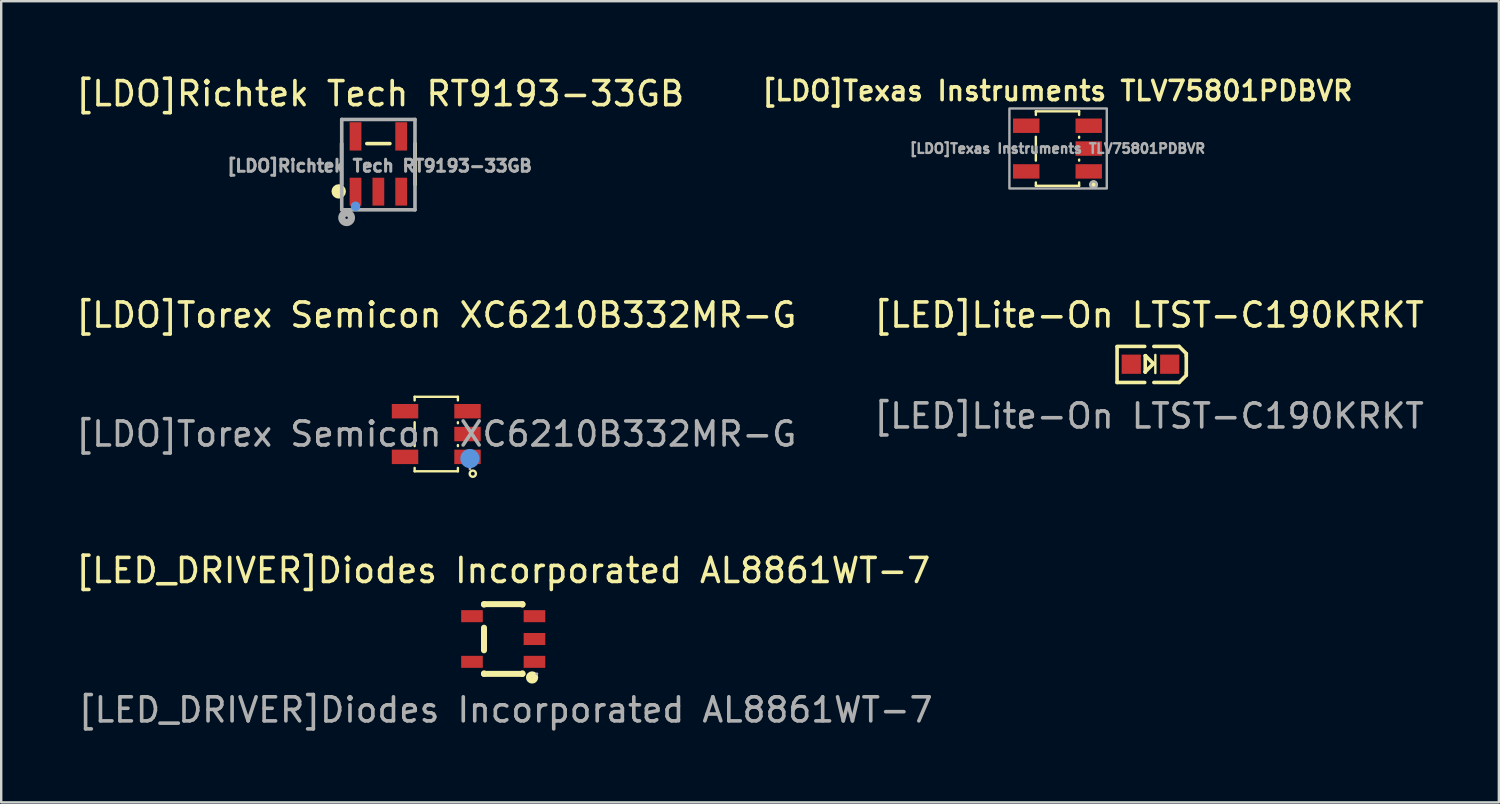
<source format=kicad_pcb>
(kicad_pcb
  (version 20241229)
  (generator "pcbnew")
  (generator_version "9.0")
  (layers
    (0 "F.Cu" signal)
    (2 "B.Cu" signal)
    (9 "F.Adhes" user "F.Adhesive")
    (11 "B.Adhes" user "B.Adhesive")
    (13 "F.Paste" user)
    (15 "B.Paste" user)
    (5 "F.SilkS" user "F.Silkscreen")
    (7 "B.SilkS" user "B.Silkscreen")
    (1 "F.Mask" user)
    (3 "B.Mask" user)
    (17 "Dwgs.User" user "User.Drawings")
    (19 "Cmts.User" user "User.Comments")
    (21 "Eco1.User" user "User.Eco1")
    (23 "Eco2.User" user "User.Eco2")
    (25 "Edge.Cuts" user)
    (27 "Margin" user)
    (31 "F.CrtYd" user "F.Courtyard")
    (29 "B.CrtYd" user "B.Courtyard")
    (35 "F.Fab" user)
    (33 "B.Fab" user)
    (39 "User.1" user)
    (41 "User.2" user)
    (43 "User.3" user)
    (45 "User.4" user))
  (footprint "[LDO]Torex Semicon XC6210B332MR-G"
    (layer "F.Cu")
    (at 15.101 15.008)
    (property "Reference" "[LDO]Torex Semicon XC6210B332MR-G" (at 0 -4.95 0) (layer "F.SilkS") (effects (font (size 1 1) (thickness 0.15))))
    (attr smd)
    (fp_line (start -0.9 -1.55) (end -0.9 -1.4) (stroke (width 0.1) (type solid)) (layer "F.SilkS"))
    (fp_line (start -0.9 -1.55) (end 0.9 -1.55) (stroke (width 0.1) (type solid)) (layer "F.SilkS"))
    (fp_line (start -0.9 -0.49) (end -0.9 0.5) (stroke (width 0.1) (type solid)) (layer "F.SilkS"))
    (fp_line (start -0.9 1.41) (end -0.9 1.55) (stroke (width 0.1) (type solid)) (layer "F.SilkS"))
    (fp_line (start -0.9 1.55) (end 0.9 1.55) (stroke (width 0.1) (type solid)) (layer "F.SilkS"))
    (fp_line (start 0.9 -1.55) (end 0.9 -1.4) (stroke (width 0.1) (type solid)) (layer "F.SilkS"))
    (fp_line (start 0.9 -0.49) (end 0.9 -0.45) (stroke (width 0.1) (type solid)) (layer "F.SilkS"))
    (fp_line (start 0.9 0.46) (end 0.9 0.5) (stroke (width 0.1) (type solid)) (layer "F.SilkS"))
    (fp_line (start 0.9 1.41) (end 0.9 1.55) (stroke (width 0.1) (type solid)) (layer "F.SilkS"))
    (fp_circle (center 1.52 1.65) (end 1.65 1.65) (stroke (width 0.1) (type solid)) (fill no) (layer "F.SilkS"))
    (fp_circle (center 1.4 1.02) (end 1.6 1.02) (stroke (width 0.4) (type solid)) (fill no) (layer "Cmts.User"))
    (fp_circle (center 1.4 1.45) (end 1.43 1.45) (stroke (width 0.06) (type solid)) (fill no) (layer "F.Fab"))
    (fp_text user "${REFERENCE}" (at 0 0 0) (layer "F.Fab") (effects (font (size 1 1) (thickness 0.15))))
    (pad "1" smd rect (at 1.3 0.95) (size 1.1 0.6) (layers "F.Cu" "F.Mask" "F.Paste"))
    (pad "2" smd rect (at 1.3 0) (size 1.1 0.6) (layers "F.Cu" "F.Mask" "F.Paste"))
    (pad "3" smd rect (at 1.3 -0.95) (size 1.1 0.6) (layers "F.Cu" "F.Mask" "F.Paste"))
    (pad "4" smd rect (at -1.3 -0.95) (size 1.1 0.6) (layers "F.Cu" "F.Mask" "F.Paste"))
    (pad "5" smd rect (at -1.3 0.95) (size 1.1 0.6) (layers "F.Cu" "F.Mask" "F.Paste")))
  (footprint "[LDO]Richtek Tech RT9193-33GB"
    (layer "F.Cu")
    (at 12.692 3.774)
    (property "Reference" "[LDO]Richtek Tech RT9193-33GB" (at 0.076 -2.926 0) (layer "F.SilkS") (effects (font (size 1 1) (thickness 0.15))))
    (attr smd)
    (fp_line (start -1.53 0.85) (end -1.53 -0.85) (stroke (width 0.15) (type solid)) (layer "F.SilkS"))
    (fp_line (start 0.48 -0.85) (end -0.48 -0.85) (stroke (width 0.15) (type solid)) (layer "F.SilkS"))
    (fp_line (start 1.53 0.85) (end 1.53 -0.85) (stroke (width 0.15) (type solid)) (layer "F.SilkS"))
    (fp_circle (center -1.65 1.14) (end -1.5 1.14) (stroke (width 0.3) (type solid)) (fill no) (layer "F.SilkS"))
    (fp_circle (center -0.95 1.76) (end -0.85 1.76) (stroke (width 0.2) (type solid)) (fill no) (layer "Cmts.User"))
    (fp_line (start -1.524 1.905) (end -1.524 -1.854) (stroke (width 0.15) (type solid)) (layer "F.Fab"))
    (fp_line (start 1.524 -1.854) (end -1.524 -1.854) (stroke (width 0.15) (type solid)) (layer "F.Fab"))
    (fp_line (start 1.524 1.905) (end -1.524 1.905) (stroke (width 0.15) (type solid)) (layer "F.Fab"))
    (fp_line (start 1.524 1.905) (end 1.524 -1.854) (stroke (width 0.15) (type solid)) (layer "F.Fab"))
    (fp_circle (center -1.321 2.235) (end -1.321 2.185) (stroke (width 0.3) (type solid)) (fill no) (layer "F.Fab"))
    (fp_text user "${REFERENCE}" (at 0.051 0.076 180) (layer "F.Fab") (effects (font (size 0.5 0.5) (thickness 0.125))))
    (pad "1" smd rect (at -0.95 1.15) (size 0.49 1.16) (layers "F.Cu" "F.Mask" "F.Paste"))
    (pad "2" smd rect (at 0 1.15) (size 0.49 1.16) (layers "F.Cu" "F.Mask" "F.Paste"))
    (pad "3" smd rect (at 0.95 1.15) (size 0.49 1.16) (layers "F.Cu" "F.Mask" "F.Paste"))
    (pad "4" smd rect (at 0.95 -1.15) (size 0.49 1.18) (layers "F.Cu" "F.Mask" "F.Paste"))
    (pad "5" smd rect (at -0.95 -1.15) (size 0.49 1.18) (layers "F.Cu" "F.Mask" "F.Paste")))
  (footprint "[LED]Lite-On LTST-C190KRKT"
    (layer "F.Cu")
    (at 44.756 12.057)
    (property "Reference" "[LED]Lite-On LTST-C190KRKT" (at 0 -2 0) (layer "F.SilkS") (effects (font (size 1 1) (thickness 0.15))))
    (attr smd)
    (fp_line (start -1.33 0.806) (end -1.33 -0.674) (stroke (width 0.15) (type solid)) (layer "F.SilkS"))
    (fp_line (start -0.18 -0.694) (end -1.33 -0.694) (stroke (width 0.15) (type solid)) (layer "F.SilkS"))
    (fp_line (start -0.18 0.806) (end -1.33 0.806) (stroke (width 0.15) (type solid)) (layer "F.SilkS"))
    (fp_line (start -0.158 -0.307) (end -0.148 -0.307) (stroke (width 0.15) (type solid)) (layer "F.SilkS"))
    (fp_line (start -0.158 0.363) (end 0.182 0.023) (stroke (width 0.15) (type solid)) (layer "F.SilkS"))
    (fp_line (start -0.158 0.373) (end -0.158 -0.307) (stroke (width 0.15) (type solid)) (layer "F.SilkS"))
    (fp_line (start -0.158 0.373) (end -0.158 0.363) (stroke (width 0.15) (type solid)) (layer "F.SilkS"))
    (fp_line (start -0.148 -0.307) (end 0.182 0.023) (stroke (width 0.15) (type solid)) (layer "F.SilkS"))
    (fp_line (start 0.2 -0.694) (end 1.25 -0.694) (stroke (width 0.15) (type solid)) (layer "F.SilkS"))
    (fp_line (start 0.2 0.806) (end 1.25 0.806) (stroke (width 0.15) (type solid)) (layer "F.SilkS"))
    (fp_line (start 0.262 0.413) (end 0.262 -0.34) (stroke (width 0.1) (type default)) (layer "F.SilkS"))
    (fp_line (start 1.55 -0.394) (end 1.25 -0.694) (stroke (width 0.15) (type solid)) (layer "F.SilkS"))
    (fp_line (start 1.55 -0.294) (end 1.55 -0.394) (stroke (width 0.15) (type solid)) (layer "F.SilkS"))
    (fp_line (start 1.55 0.406) (end 1.55 -0.294) (stroke (width 0.15) (type solid)) (layer "F.SilkS"))
    (fp_line (start 1.55 0.406) (end 1.55 0.506) (stroke (width 0.15) (type solid)) (layer "F.SilkS"))
    (fp_line (start 1.55 0.506) (end 1.25 0.806) (stroke (width 0.15) (type solid)) (layer "F.SilkS"))
    (fp_text user "${REFERENCE}" (at 0 2.2 0) (layer "F.Fab") (effects (font (size 1 1) (thickness 0.15))))
    (pad "1" smd rect (at -0.74 0.046 270) (size 0.8 0.8) (layers "F.Cu" "F.Mask" "F.Paste"))
    (pad "2" smd rect (at 0.86 0.046 270) (size 0.8 0.8) (layers "F.Cu" "F.Mask" "F.Paste")))
  (footprint "[LED_DRIVER]Diodes Incorporated AL8861WT-7"
    (layer "F.Cu")
    (at 17.887 23.536)
    (property "Reference" "[LED_DRIVER]Diodes Incorporated AL8861WT-7" (at 0 -2.85 0) (layer "F.SilkS") (effects (font (size 1 1) (thickness 0.15))))
    (attr smd)
    (fp_line (start -0.8 -1.45) (end -0.8 -1.43) (stroke (width 0.25) (type solid)) (layer "F.SilkS"))
    (fp_line (start -0.8 -0.47) (end -0.8 0.47) (stroke (width 0.25) (type solid)) (layer "F.SilkS"))
    (fp_line (start -0.8 1.43) (end -0.8 1.45) (stroke (width 0.25) (type solid)) (layer "F.SilkS"))
    (fp_line (start 0.8 -1.45) (end -0.8 -1.45) (stroke (width 0.25) (type solid)) (layer "F.SilkS"))
    (fp_line (start 0.8 -1.43) (end 0.8 -1.45) (stroke (width 0.25) (type solid)) (layer "F.SilkS"))
    (fp_line (start 0.8 1.45) (end -0.8 1.45) (stroke (width 0.25) (type solid)) (layer "F.SilkS"))
    (fp_line (start 0.8 1.45) (end 0.8 1.43) (stroke (width 0.25) (type solid)) (layer "F.SilkS"))
    (fp_circle (center 1.2 1.6) (end 1.33 1.6) (stroke (width 0.25) (type solid)) (fill no) (layer "F.SilkS"))
    (fp_circle (center 1.4 1.45) (end 1.43 1.45) (stroke (width 0.06) (type solid)) (fill no) (layer "F.Fab"))
    (fp_text user "${REFERENCE}" (at 0.1 2.95 0) (layer "F.Fab") (effects (font (size 1 1) (thickness 0.15))))
    (pad "1" smd rect (at 1.3 0.95 90) (size 0.5 0.9) (layers "F.Cu" "F.Mask" "F.Paste"))
    (pad "2" smd rect (at 1.3 0 90) (size 0.5 0.9) (layers "F.Cu" "F.Mask" "F.Paste"))
    (pad "3" smd rect (at 1.3 -0.95 90) (size 0.5 0.9) (layers "F.Cu" "F.Mask" "F.Paste"))
    (pad "4" smd rect (at -1.3 -0.95 90) (size 0.5 0.9) (layers "F.Cu" "F.Mask" "F.Paste"))
    (pad "5" smd rect (at -1.3 0.95 90) (size 0.5 0.9) (layers "F.Cu" "F.Mask" "F.Paste")))
  (footprint "[LDO]Texas Instruments TLV75801PDBVR"
    (layer "F.Cu")
    (at 40.947 3.131)
    (property "Reference" "[LDO]Texas Instruments TLV75801PDBVR" (at 0 -2.4 0) (layer "F.SilkS") (effects (font (size 0.8 0.8) (thickness 0.15))))
    (attr smd)
    (fp_line (start -0.9 -1.55) (end -0.9 -1.4) (stroke (width 0.1) (type solid)) (layer "F.SilkS"))
    (fp_line (start -0.9 -1.55) (end 0.9 -1.55) (stroke (width 0.1) (type solid)) (layer "F.SilkS"))
    (fp_line (start -0.9 -0.49) (end -0.9 0.5) (stroke (width 0.1) (type solid)) (layer "F.SilkS"))
    (fp_line (start -0.9 1.41) (end -0.9 1.55) (stroke (width 0.1) (type solid)) (layer "F.SilkS"))
    (fp_line (start -0.9 1.55) (end 0.9 1.55) (stroke (width 0.1) (type solid)) (layer "F.SilkS"))
    (fp_line (start 0.9 -1.55) (end 0.9 -1.4) (stroke (width 0.1) (type solid)) (layer "F.SilkS"))
    (fp_line (start 0.9 -0.49) (end 0.9 -0.45) (stroke (width 0.1) (type solid)) (layer "F.SilkS"))
    (fp_line (start 0.9 0.46) (end 0.9 0.5) (stroke (width 0.1) (type solid)) (layer "F.SilkS"))
    (fp_line (start 0.9 1.41) (end 0.9 1.55) (stroke (width 0.1) (type solid)) (layer "F.SilkS"))
    (fp_circle (center 1.5 1.5) (end 1.525 1.627) (stroke (width 0.1) (type solid)) (fill yes) (layer "F.SilkS"))
    (fp_rect (start -2 -1.669) (end 2.051 1.661) (stroke (width 0.1) (type default)) (fill no) (layer "F.Fab"))
    (fp_circle (center 1.5 1.5) (end 1.525 1.627) (stroke (width 0.1) (type solid)) (fill no) (layer "F.Fab"))
    (fp_text user "${REFERENCE}" (at 0 0 0) (layer "F.Fab") (effects (font (size 0.4 0.4) (thickness 0.1))))
    (pad "1" smd rect (at 1.3 0.95) (size 1.1 0.6) (layers "F.Cu" "F.Mask" "F.Paste"))
    (pad "2" smd rect (at 1.3 0) (size 1.1 0.6) (layers "F.Cu" "F.Mask" "F.Paste"))
    (pad "3" smd rect (at 1.3 -0.95) (size 1.1 0.6) (layers "F.Cu" "F.Mask" "F.Paste"))
    (pad "4" smd rect (at -1.3 -0.95) (size 1.1 0.6) (layers "F.Cu" "F.Mask" "F.Paste"))
    (pad "5" smd rect (at -1.3 0.95) (size 1.1 0.6) (layers "F.Cu" "F.Mask" "F.Paste")))
  (gr_rect
    (start -3 -3)
    (end 59.31 30.334)
    (stroke (width 0.1) (type default))
    (fill no)
    (layer "Edge.Cuts")))
</source>
